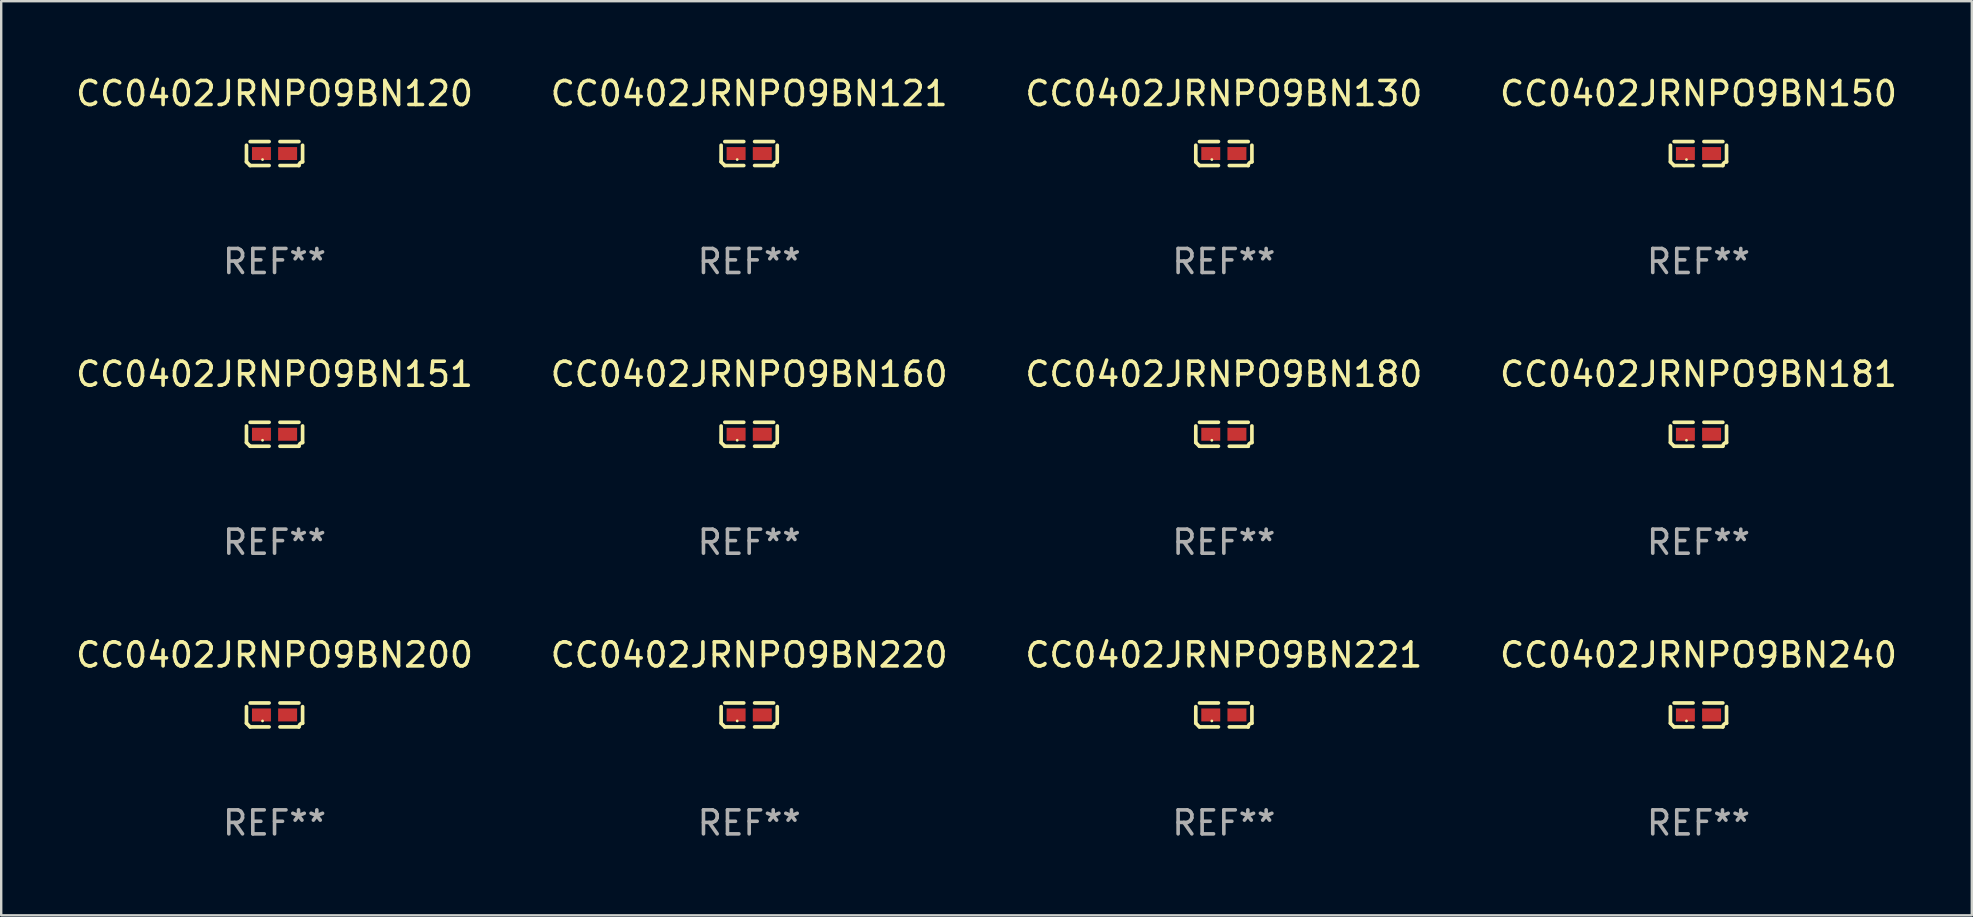
<source format=kicad_pcb>
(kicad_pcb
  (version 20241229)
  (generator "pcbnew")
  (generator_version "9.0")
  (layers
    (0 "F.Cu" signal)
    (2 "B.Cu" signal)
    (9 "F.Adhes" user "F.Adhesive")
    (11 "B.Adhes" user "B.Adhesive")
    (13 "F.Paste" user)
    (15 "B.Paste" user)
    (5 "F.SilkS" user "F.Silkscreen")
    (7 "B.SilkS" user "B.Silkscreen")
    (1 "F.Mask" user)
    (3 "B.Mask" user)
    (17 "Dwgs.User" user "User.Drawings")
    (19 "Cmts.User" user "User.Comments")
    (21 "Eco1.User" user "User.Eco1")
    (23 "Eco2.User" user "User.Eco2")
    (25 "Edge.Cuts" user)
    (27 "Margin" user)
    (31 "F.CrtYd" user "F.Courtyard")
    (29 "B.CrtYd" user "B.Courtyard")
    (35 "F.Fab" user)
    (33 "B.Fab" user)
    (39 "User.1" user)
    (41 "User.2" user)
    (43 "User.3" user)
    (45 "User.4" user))
  (footprint "CC0402JRNPO9BN120"
    (layer "F.Cu")
    (at 8.387 3.347)
    (property "Reference" "CC0402JRNPO9BN120" (at 0 -2.499 0) (layer "F.SilkS") (effects (font (size 1 1) (thickness 0.15))))
    (attr through_hole)
    (fp_line (start -1.169 0.346) (end -1.169 -0.346) (stroke (width 0.152) (type solid)) (layer "F.SilkS"))
    (fp_line (start -1.016 -0.499) (end -0.226 -0.499) (stroke (width 0.152) (type solid)) (layer "F.SilkS"))
    (fp_line (start -0.226 0.499) (end -1.016 0.499) (stroke (width 0.152) (type solid)) (layer "F.SilkS"))
    (fp_line (start 0.226 0.499) (end 1.016 0.499) (stroke (width 0.152) (type solid)) (layer "F.SilkS"))
    (fp_line (start 1.016 -0.499) (end 0.226 -0.499) (stroke (width 0.152) (type solid)) (layer "F.SilkS"))
    (fp_line (start 1.169 0.346) (end 1.169 -0.346) (stroke (width 0.152) (type solid)) (layer "F.SilkS"))
    (fp_arc (start -1.016307 0.498603) (mid -1.092512 0.422405) (end -1.16871 0.3462) (stroke (width 0.1524) (type solid)) (layer "F.SilkS"))
    (fp_arc (start 1.016307 0.498603) (mid 1.060899 0.390758) (end 1.168707 0.346076) (stroke (width 0.1524) (type solid)) (layer "F.SilkS"))
    (fp_circle (center -0.5 0.25) (end -0.47 0.25) (stroke (width 0.06) (type solid)) (fill no) (layer "F.SilkS"))
    (fp_text user "REF**" (at 0 4.499 0) (layer "F.Fab") (effects (font (size 1 1) (thickness 0.15))))
    (pad "1" smd rect (at -0.545 0) (size 0.79 0.54) (layers "F.Cu" "F.Mask" "F.Paste"))
    (pad "2" smd rect (at 0.545 0) (size 0.79 0.54) (layers "F.Cu" "F.Mask" "F.Paste")))
  (footprint "CC0402JRNPO9BN181"
    (layer "F.Cu")
    (at 67.708 15.041)
    (property "Reference" "CC0402JRNPO9BN181" (at 0 -2.499 0) (layer "F.SilkS") (effects (font (size 1 1) (thickness 0.15))))
    (attr through_hole)
    (fp_line (start -1.169 0.346) (end -1.169 -0.346) (stroke (width 0.152) (type solid)) (layer "F.SilkS"))
    (fp_line (start -1.016 -0.499) (end -0.226 -0.499) (stroke (width 0.152) (type solid)) (layer "F.SilkS"))
    (fp_line (start -0.226 0.499) (end -1.016 0.499) (stroke (width 0.152) (type solid)) (layer "F.SilkS"))
    (fp_line (start 0.226 0.499) (end 1.016 0.499) (stroke (width 0.152) (type solid)) (layer "F.SilkS"))
    (fp_line (start 1.016 -0.499) (end 0.226 -0.499) (stroke (width 0.152) (type solid)) (layer "F.SilkS"))
    (fp_line (start 1.169 0.346) (end 1.169 -0.346) (stroke (width 0.152) (type solid)) (layer "F.SilkS"))
    (fp_arc (start -1.016307 0.498603) (mid -1.092512 0.422405) (end -1.16871 0.3462) (stroke (width 0.1524) (type solid)) (layer "F.SilkS"))
    (fp_arc (start 1.016307 0.498603) (mid 1.060899 0.390758) (end 1.168707 0.346076) (stroke (width 0.1524) (type solid)) (layer "F.SilkS"))
    (fp_circle (center -0.5 0.25) (end -0.47 0.25) (stroke (width 0.06) (type solid)) (fill no) (layer "F.SilkS"))
    (fp_text user "REF**" (at 0 4.499 0) (layer "F.Fab") (effects (font (size 1 1) (thickness 0.15))))
    (pad "1" smd rect (at -0.545 0) (size 0.79 0.54) (layers "F.Cu" "F.Mask" "F.Paste"))
    (pad "2" smd rect (at 0.545 0) (size 0.79 0.54) (layers "F.Cu" "F.Mask" "F.Paste")))
  (footprint "CC0402JRNPO9BN121"
    (layer "F.Cu")
    (at 28.161 3.347)
    (property "Reference" "CC0402JRNPO9BN121" (at 0 -2.499 0) (layer "F.SilkS") (effects (font (size 1 1) (thickness 0.15))))
    (attr through_hole)
    (fp_line (start -1.169 0.346) (end -1.169 -0.346) (stroke (width 0.152) (type solid)) (layer "F.SilkS"))
    (fp_line (start -1.016 -0.499) (end -0.226 -0.499) (stroke (width 0.152) (type solid)) (layer "F.SilkS"))
    (fp_line (start -0.226 0.499) (end -1.016 0.499) (stroke (width 0.152) (type solid)) (layer "F.SilkS"))
    (fp_line (start 0.226 0.499) (end 1.016 0.499) (stroke (width 0.152) (type solid)) (layer "F.SilkS"))
    (fp_line (start 1.016 -0.499) (end 0.226 -0.499) (stroke (width 0.152) (type solid)) (layer "F.SilkS"))
    (fp_line (start 1.169 0.346) (end 1.169 -0.346) (stroke (width 0.152) (type solid)) (layer "F.SilkS"))
    (fp_arc (start -1.016307 0.498603) (mid -1.092512 0.422405) (end -1.16871 0.3462) (stroke (width 0.1524) (type solid)) (layer "F.SilkS"))
    (fp_arc (start 1.016307 0.498603) (mid 1.060899 0.390758) (end 1.168707 0.346076) (stroke (width 0.1524) (type solid)) (layer "F.SilkS"))
    (fp_circle (center -0.5 0.25) (end -0.47 0.25) (stroke (width 0.06) (type solid)) (fill no) (layer "F.SilkS"))
    (fp_text user "REF**" (at 0 4.499 0) (layer "F.Fab") (effects (font (size 1 1) (thickness 0.15))))
    (pad "1" smd rect (at -0.545 0) (size 0.79 0.54) (layers "F.Cu" "F.Mask" "F.Paste"))
    (pad "2" smd rect (at 0.545 0) (size 0.79 0.54) (layers "F.Cu" "F.Mask" "F.Paste")))
  (footprint "CC0402JRNPO9BN200"
    (layer "F.Cu")
    (at 8.387 26.734)
    (property "Reference" "CC0402JRNPO9BN200" (at 0 -2.499 0) (layer "F.SilkS") (effects (font (size 1 1) (thickness 0.15))))
    (attr through_hole)
    (fp_line (start -1.169 0.346) (end -1.169 -0.346) (stroke (width 0.152) (type solid)) (layer "F.SilkS"))
    (fp_line (start -1.016 -0.499) (end -0.226 -0.499) (stroke (width 0.152) (type solid)) (layer "F.SilkS"))
    (fp_line (start -0.226 0.499) (end -1.016 0.499) (stroke (width 0.152) (type solid)) (layer "F.SilkS"))
    (fp_line (start 0.226 0.499) (end 1.016 0.499) (stroke (width 0.152) (type solid)) (layer "F.SilkS"))
    (fp_line (start 1.016 -0.499) (end 0.226 -0.499) (stroke (width 0.152) (type solid)) (layer "F.SilkS"))
    (fp_line (start 1.169 0.346) (end 1.169 -0.346) (stroke (width 0.152) (type solid)) (layer "F.SilkS"))
    (fp_arc (start -1.016307 0.498603) (mid -1.092512 0.422405) (end -1.16871 0.3462) (stroke (width 0.1524) (type solid)) (layer "F.SilkS"))
    (fp_arc (start 1.016307 0.498603) (mid 1.060899 0.390758) (end 1.168707 0.346076) (stroke (width 0.1524) (type solid)) (layer "F.SilkS"))
    (fp_circle (center -0.5 0.25) (end -0.47 0.25) (stroke (width 0.06) (type solid)) (fill no) (layer "F.SilkS"))
    (fp_text user "REF**" (at 0 4.499 0) (layer "F.Fab") (effects (font (size 1 1) (thickness 0.15))))
    (pad "1" smd rect (at -0.545 0) (size 0.79 0.54) (layers "F.Cu" "F.Mask" "F.Paste"))
    (pad "2" smd rect (at 0.545 0) (size 0.79 0.54) (layers "F.Cu" "F.Mask" "F.Paste")))
  (footprint "CC0402JRNPO9BN180"
    (layer "F.Cu")
    (at 47.935 15.041)
    (property "Reference" "CC0402JRNPO9BN180" (at 0 -2.499 0) (layer "F.SilkS") (effects (font (size 1 1) (thickness 0.15))))
    (attr through_hole)
    (fp_line (start -1.169 0.346) (end -1.169 -0.346) (stroke (width 0.152) (type solid)) (layer "F.SilkS"))
    (fp_line (start -1.016 -0.499) (end -0.226 -0.499) (stroke (width 0.152) (type solid)) (layer "F.SilkS"))
    (fp_line (start -0.226 0.499) (end -1.016 0.499) (stroke (width 0.152) (type solid)) (layer "F.SilkS"))
    (fp_line (start 0.226 0.499) (end 1.016 0.499) (stroke (width 0.152) (type solid)) (layer "F.SilkS"))
    (fp_line (start 1.016 -0.499) (end 0.226 -0.499) (stroke (width 0.152) (type solid)) (layer "F.SilkS"))
    (fp_line (start 1.169 0.346) (end 1.169 -0.346) (stroke (width 0.152) (type solid)) (layer "F.SilkS"))
    (fp_arc (start -1.016307 0.498603) (mid -1.092512 0.422405) (end -1.16871 0.3462) (stroke (width 0.1524) (type solid)) (layer "F.SilkS"))
    (fp_arc (start 1.016307 0.498603) (mid 1.060899 0.390758) (end 1.168707 0.346076) (stroke (width 0.1524) (type solid)) (layer "F.SilkS"))
    (fp_circle (center -0.5 0.25) (end -0.47 0.25) (stroke (width 0.06) (type solid)) (fill no) (layer "F.SilkS"))
    (fp_text user "REF**" (at 0 4.499 0) (layer "F.Fab") (effects (font (size 1 1) (thickness 0.15))))
    (pad "1" smd rect (at -0.545 0) (size 0.79 0.54) (layers "F.Cu" "F.Mask" "F.Paste"))
    (pad "2" smd rect (at 0.545 0) (size 0.79 0.54) (layers "F.Cu" "F.Mask" "F.Paste")))
  (footprint "CC0402JRNPO9BN151"
    (layer "F.Cu")
    (at 8.387 15.041)
    (property "Reference" "CC0402JRNPO9BN151" (at 0 -2.499 0) (layer "F.SilkS") (effects (font (size 1 1) (thickness 0.15))))
    (attr through_hole)
    (fp_line (start -1.169 0.346) (end -1.169 -0.346) (stroke (width 0.152) (type solid)) (layer "F.SilkS"))
    (fp_line (start -1.016 -0.499) (end -0.226 -0.499) (stroke (width 0.152) (type solid)) (layer "F.SilkS"))
    (fp_line (start -0.226 0.499) (end -1.016 0.499) (stroke (width 0.152) (type solid)) (layer "F.SilkS"))
    (fp_line (start 0.226 0.499) (end 1.016 0.499) (stroke (width 0.152) (type solid)) (layer "F.SilkS"))
    (fp_line (start 1.016 -0.499) (end 0.226 -0.499) (stroke (width 0.152) (type solid)) (layer "F.SilkS"))
    (fp_line (start 1.169 0.346) (end 1.169 -0.346) (stroke (width 0.152) (type solid)) (layer "F.SilkS"))
    (fp_arc (start -1.016307 0.498603) (mid -1.092512 0.422405) (end -1.16871 0.3462) (stroke (width 0.1524) (type solid)) (layer "F.SilkS"))
    (fp_arc (start 1.016307 0.498603) (mid 1.060899 0.390758) (end 1.168707 0.346076) (stroke (width 0.1524) (type solid)) (layer "F.SilkS"))
    (fp_circle (center -0.5 0.25) (end -0.47 0.25) (stroke (width 0.06) (type solid)) (fill no) (layer "F.SilkS"))
    (fp_text user "REF**" (at 0 4.499 0) (layer "F.Fab") (effects (font (size 1 1) (thickness 0.15))))
    (pad "1" smd rect (at -0.545 0) (size 0.79 0.54) (layers "F.Cu" "F.Mask" "F.Paste"))
    (pad "2" smd rect (at 0.545 0) (size 0.79 0.54) (layers "F.Cu" "F.Mask" "F.Paste")))
  (footprint "CC0402JRNPO9BN221"
    (layer "F.Cu")
    (at 47.935 26.734)
    (property "Reference" "CC0402JRNPO9BN221" (at 0 -2.499 0) (layer "F.SilkS") (effects (font (size 1 1) (thickness 0.15))))
    (attr through_hole)
    (fp_line (start -1.169 0.346) (end -1.169 -0.346) (stroke (width 0.152) (type solid)) (layer "F.SilkS"))
    (fp_line (start -1.016 -0.499) (end -0.226 -0.499) (stroke (width 0.152) (type solid)) (layer "F.SilkS"))
    (fp_line (start -0.226 0.499) (end -1.016 0.499) (stroke (width 0.152) (type solid)) (layer "F.SilkS"))
    (fp_line (start 0.226 0.499) (end 1.016 0.499) (stroke (width 0.152) (type solid)) (layer "F.SilkS"))
    (fp_line (start 1.016 -0.499) (end 0.226 -0.499) (stroke (width 0.152) (type solid)) (layer "F.SilkS"))
    (fp_line (start 1.169 0.346) (end 1.169 -0.346) (stroke (width 0.152) (type solid)) (layer "F.SilkS"))
    (fp_arc (start -1.016307 0.498603) (mid -1.092512 0.422405) (end -1.16871 0.3462) (stroke (width 0.1524) (type solid)) (layer "F.SilkS"))
    (fp_arc (start 1.016307 0.498603) (mid 1.060899 0.390758) (end 1.168707 0.346076) (stroke (width 0.1524) (type solid)) (layer "F.SilkS"))
    (fp_circle (center -0.5 0.25) (end -0.47 0.25) (stroke (width 0.06) (type solid)) (fill no) (layer "F.SilkS"))
    (fp_text user "REF**" (at 0 4.499 0) (layer "F.Fab") (effects (font (size 1 1) (thickness 0.15))))
    (pad "1" smd rect (at -0.545 0) (size 0.79 0.54) (layers "F.Cu" "F.Mask" "F.Paste"))
    (pad "2" smd rect (at 0.545 0) (size 0.79 0.54) (layers "F.Cu" "F.Mask" "F.Paste")))
  (footprint "CC0402JRNPO9BN130"
    (layer "F.Cu")
    (at 47.935 3.347)
    (property "Reference" "CC0402JRNPO9BN130" (at 0 -2.499 0) (layer "F.SilkS") (effects (font (size 1 1) (thickness 0.15))))
    (attr through_hole)
    (fp_line (start -1.169 0.346) (end -1.169 -0.346) (stroke (width 0.152) (type solid)) (layer "F.SilkS"))
    (fp_line (start -1.016 -0.499) (end -0.226 -0.499) (stroke (width 0.152) (type solid)) (layer "F.SilkS"))
    (fp_line (start -0.226 0.499) (end -1.016 0.499) (stroke (width 0.152) (type solid)) (layer "F.SilkS"))
    (fp_line (start 0.226 0.499) (end 1.016 0.499) (stroke (width 0.152) (type solid)) (layer "F.SilkS"))
    (fp_line (start 1.016 -0.499) (end 0.226 -0.499) (stroke (width 0.152) (type solid)) (layer "F.SilkS"))
    (fp_line (start 1.169 0.346) (end 1.169 -0.346) (stroke (width 0.152) (type solid)) (layer "F.SilkS"))
    (fp_arc (start -1.016307 0.498603) (mid -1.092512 0.422405) (end -1.16871 0.3462) (stroke (width 0.1524) (type solid)) (layer "F.SilkS"))
    (fp_arc (start 1.016307 0.498603) (mid 1.060899 0.390758) (end 1.168707 0.346076) (stroke (width 0.1524) (type solid)) (layer "F.SilkS"))
    (fp_circle (center -0.5 0.25) (end -0.47 0.25) (stroke (width 0.06) (type solid)) (fill no) (layer "F.SilkS"))
    (fp_text user "REF**" (at 0 4.499 0) (layer "F.Fab") (effects (font (size 1 1) (thickness 0.15))))
    (pad "1" smd rect (at -0.545 0) (size 0.79 0.54) (layers "F.Cu" "F.Mask" "F.Paste"))
    (pad "2" smd rect (at 0.545 0) (size 0.79 0.54) (layers "F.Cu" "F.Mask" "F.Paste")))
  (footprint "CC0402JRNPO9BN160"
    (layer "F.Cu")
    (at 28.161 15.041)
    (property "Reference" "CC0402JRNPO9BN160" (at 0 -2.499 0) (layer "F.SilkS") (effects (font (size 1 1) (thickness 0.15))))
    (attr through_hole)
    (fp_line (start -1.169 0.346) (end -1.169 -0.346) (stroke (width 0.152) (type solid)) (layer "F.SilkS"))
    (fp_line (start -1.016 -0.499) (end -0.226 -0.499) (stroke (width 0.152) (type solid)) (layer "F.SilkS"))
    (fp_line (start -0.226 0.499) (end -1.016 0.499) (stroke (width 0.152) (type solid)) (layer "F.SilkS"))
    (fp_line (start 0.226 0.499) (end 1.016 0.499) (stroke (width 0.152) (type solid)) (layer "F.SilkS"))
    (fp_line (start 1.016 -0.499) (end 0.226 -0.499) (stroke (width 0.152) (type solid)) (layer "F.SilkS"))
    (fp_line (start 1.169 0.346) (end 1.169 -0.346) (stroke (width 0.152) (type solid)) (layer "F.SilkS"))
    (fp_arc (start -1.016307 0.498603) (mid -1.092512 0.422405) (end -1.16871 0.3462) (stroke (width 0.1524) (type solid)) (layer "F.SilkS"))
    (fp_arc (start 1.016307 0.498603) (mid 1.060899 0.390758) (end 1.168707 0.346076) (stroke (width 0.1524) (type solid)) (layer "F.SilkS"))
    (fp_circle (center -0.5 0.25) (end -0.47 0.25) (stroke (width 0.06) (type solid)) (fill no) (layer "F.SilkS"))
    (fp_text user "REF**" (at 0 4.499 0) (layer "F.Fab") (effects (font (size 1 1) (thickness 0.15))))
    (pad "1" smd rect (at -0.545 0) (size 0.79 0.54) (layers "F.Cu" "F.Mask" "F.Paste"))
    (pad "2" smd rect (at 0.545 0) (size 0.79 0.54) (layers "F.Cu" "F.Mask" "F.Paste")))
  (footprint "CC0402JRNPO9BN220"
    (layer "F.Cu")
    (at 28.161 26.734)
    (property "Reference" "CC0402JRNPO9BN220" (at 0 -2.499 0) (layer "F.SilkS") (effects (font (size 1 1) (thickness 0.15))))
    (attr through_hole)
    (fp_line (start -1.169 0.346) (end -1.169 -0.346) (stroke (width 0.152) (type solid)) (layer "F.SilkS"))
    (fp_line (start -1.016 -0.499) (end -0.226 -0.499) (stroke (width 0.152) (type solid)) (layer "F.SilkS"))
    (fp_line (start -0.226 0.499) (end -1.016 0.499) (stroke (width 0.152) (type solid)) (layer "F.SilkS"))
    (fp_line (start 0.226 0.499) (end 1.016 0.499) (stroke (width 0.152) (type solid)) (layer "F.SilkS"))
    (fp_line (start 1.016 -0.499) (end 0.226 -0.499) (stroke (width 0.152) (type solid)) (layer "F.SilkS"))
    (fp_line (start 1.169 0.346) (end 1.169 -0.346) (stroke (width 0.152) (type solid)) (layer "F.SilkS"))
    (fp_arc (start -1.016307 0.498603) (mid -1.092512 0.422405) (end -1.16871 0.3462) (stroke (width 0.1524) (type solid)) (layer "F.SilkS"))
    (fp_arc (start 1.016307 0.498603) (mid 1.060899 0.390758) (end 1.168707 0.346076) (stroke (width 0.1524) (type solid)) (layer "F.SilkS"))
    (fp_circle (center -0.5 0.25) (end -0.47 0.25) (stroke (width 0.06) (type solid)) (fill no) (layer "F.SilkS"))
    (fp_text user "REF**" (at 0 4.499 0) (layer "F.Fab") (effects (font (size 1 1) (thickness 0.15))))
    (pad "1" smd rect (at -0.545 0) (size 0.79 0.54) (layers "F.Cu" "F.Mask" "F.Paste"))
    (pad "2" smd rect (at 0.545 0) (size 0.79 0.54) (layers "F.Cu" "F.Mask" "F.Paste")))
  (footprint "CC0402JRNPO9BN150"
    (layer "F.Cu")
    (at 67.708 3.347)
    (property "Reference" "CC0402JRNPO9BN150" (at 0 -2.499 0) (layer "F.SilkS") (effects (font (size 1 1) (thickness 0.15))))
    (attr through_hole)
    (fp_line (start -1.169 0.346) (end -1.169 -0.346) (stroke (width 0.152) (type solid)) (layer "F.SilkS"))
    (fp_line (start -1.016 -0.499) (end -0.226 -0.499) (stroke (width 0.152) (type solid)) (layer "F.SilkS"))
    (fp_line (start -0.226 0.499) (end -1.016 0.499) (stroke (width 0.152) (type solid)) (layer "F.SilkS"))
    (fp_line (start 0.226 0.499) (end 1.016 0.499) (stroke (width 0.152) (type solid)) (layer "F.SilkS"))
    (fp_line (start 1.016 -0.499) (end 0.226 -0.499) (stroke (width 0.152) (type solid)) (layer "F.SilkS"))
    (fp_line (start 1.169 0.346) (end 1.169 -0.346) (stroke (width 0.152) (type solid)) (layer "F.SilkS"))
    (fp_arc (start -1.016307 0.498603) (mid -1.092512 0.422405) (end -1.16871 0.3462) (stroke (width 0.1524) (type solid)) (layer "F.SilkS"))
    (fp_arc (start 1.016307 0.498603) (mid 1.060899 0.390758) (end 1.168707 0.346076) (stroke (width 0.1524) (type solid)) (layer "F.SilkS"))
    (fp_circle (center -0.5 0.25) (end -0.47 0.25) (stroke (width 0.06) (type solid)) (fill no) (layer "F.SilkS"))
    (fp_text user "REF**" (at 0 4.499 0) (layer "F.Fab") (effects (font (size 1 1) (thickness 0.15))))
    (pad "1" smd rect (at -0.545 0) (size 0.79 0.54) (layers "F.Cu" "F.Mask" "F.Paste"))
    (pad "2" smd rect (at 0.545 0) (size 0.79 0.54) (layers "F.Cu" "F.Mask" "F.Paste")))
  (footprint "CC0402JRNPO9BN240"
    (layer "F.Cu")
    (at 67.708 26.734)
    (property "Reference" "CC0402JRNPO9BN240" (at 0 -2.499 0) (layer "F.SilkS") (effects (font (size 1 1) (thickness 0.15))))
    (attr through_hole)
    (fp_line (start -1.169 0.346) (end -1.169 -0.346) (stroke (width 0.152) (type solid)) (layer "F.SilkS"))
    (fp_line (start -1.016 -0.499) (end -0.226 -0.499) (stroke (width 0.152) (type solid)) (layer "F.SilkS"))
    (fp_line (start -0.226 0.499) (end -1.016 0.499) (stroke (width 0.152) (type solid)) (layer "F.SilkS"))
    (fp_line (start 0.226 0.499) (end 1.016 0.499) (stroke (width 0.152) (type solid)) (layer "F.SilkS"))
    (fp_line (start 1.016 -0.499) (end 0.226 -0.499) (stroke (width 0.152) (type solid)) (layer "F.SilkS"))
    (fp_line (start 1.169 0.346) (end 1.169 -0.346) (stroke (width 0.152) (type solid)) (layer "F.SilkS"))
    (fp_arc (start -1.016307 0.498603) (mid -1.092512 0.422405) (end -1.16871 0.3462) (stroke (width 0.1524) (type solid)) (layer "F.SilkS"))
    (fp_arc (start 1.016307 0.498603) (mid 1.060899 0.390758) (end 1.168707 0.346076) (stroke (width 0.1524) (type solid)) (layer "F.SilkS"))
    (fp_circle (center -0.5 0.25) (end -0.47 0.25) (stroke (width 0.06) (type solid)) (fill no) (layer "F.SilkS"))
    (fp_text user "REF**" (at 0 4.499 0) (layer "F.Fab") (effects (font (size 1 1) (thickness 0.15))))
    (pad "1" smd rect (at -0.545 0) (size 0.79 0.54) (layers "F.Cu" "F.Mask" "F.Paste"))
    (pad "2" smd rect (at 0.545 0) (size 0.79 0.54) (layers "F.Cu" "F.Mask" "F.Paste")))
  (gr_rect
    (start -3 -3)
    (end 79.095 35.081)
    (stroke (width 0.1) (type default))
    (fill no)
    (layer "Edge.Cuts")))
</source>
